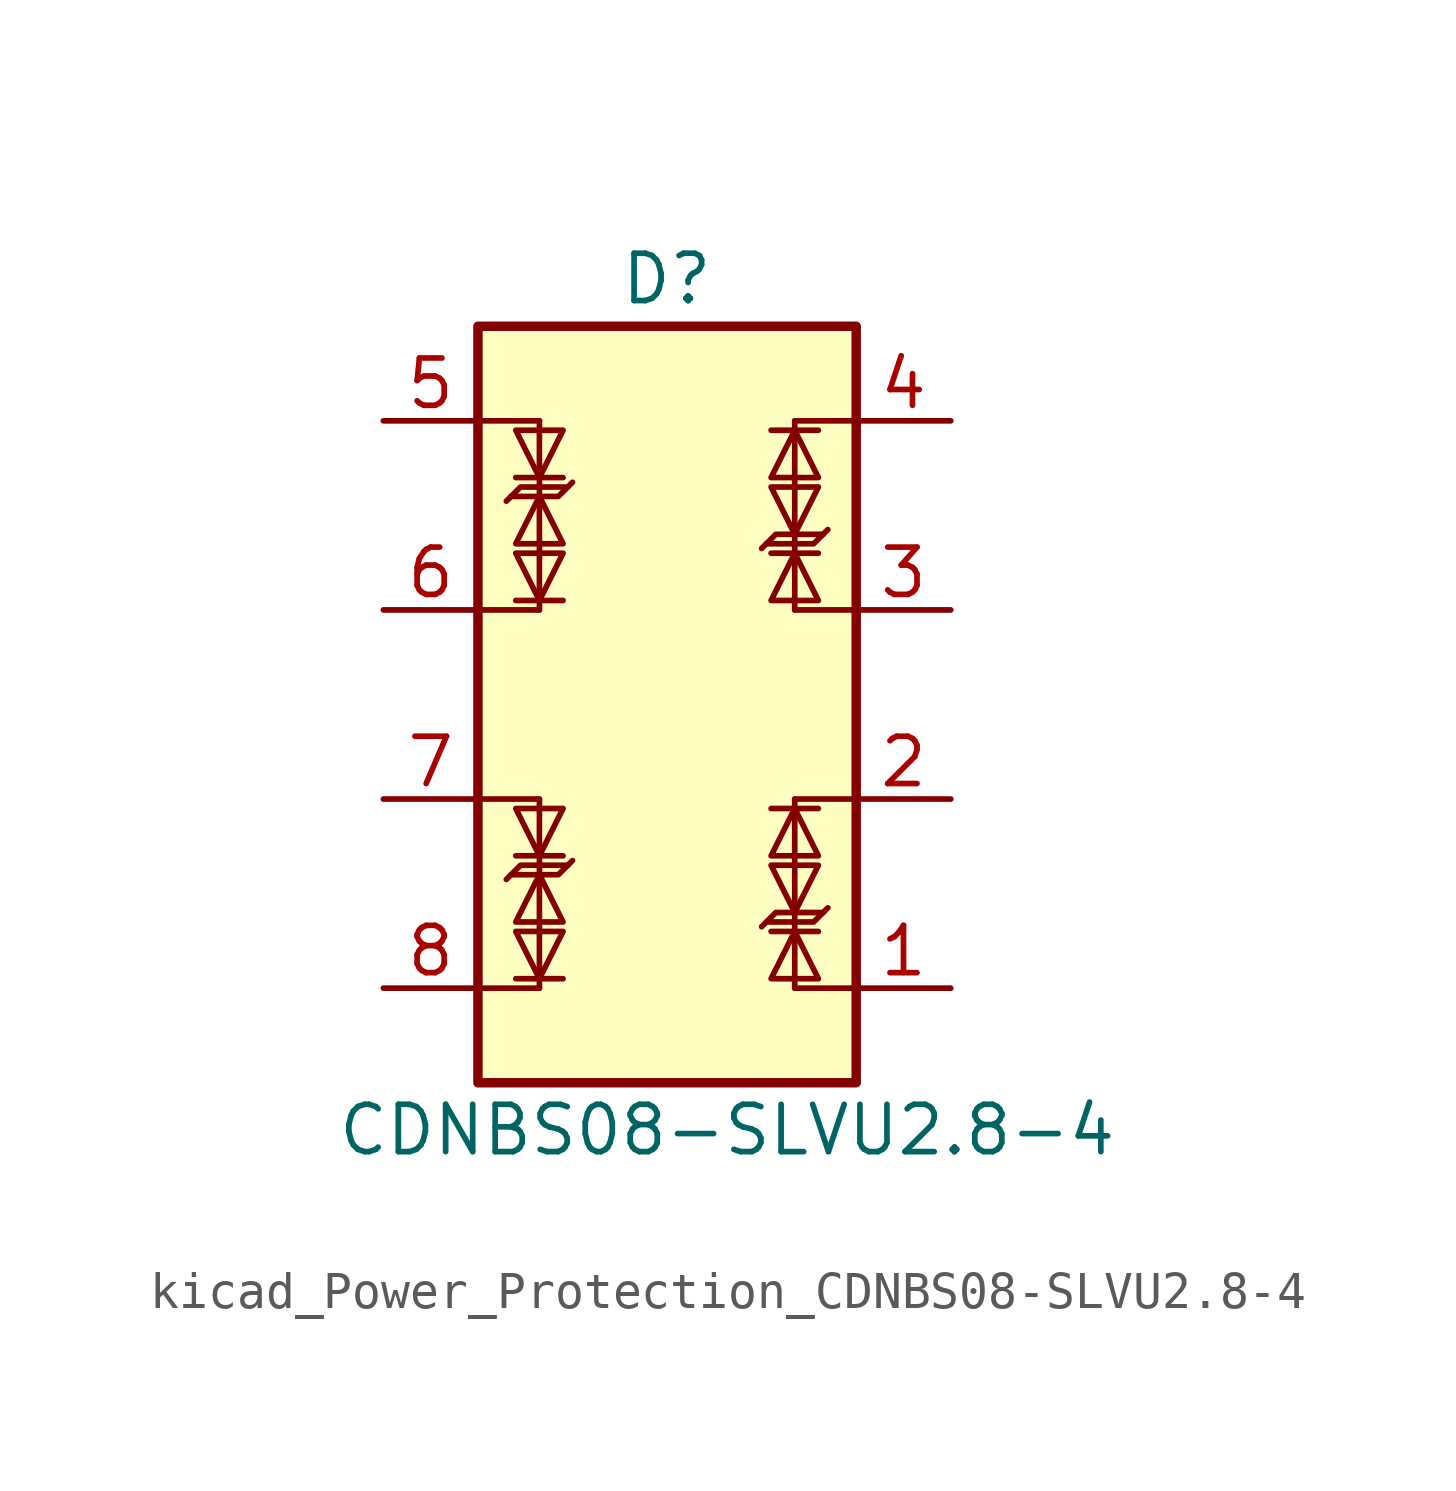
<source format=kicad_sym>
(kicad_symbol_lib
  (version 20220914)
  (generator kicad_symbol_editor)
  (symbol "kicad_Power_Protection_CDNBS08-SLVU2.8-4"
    (pin_names hide)
    (property "Reference" "D"
      (at 1.27 11.43 0)
      (effects (font (size 1.27 1.27)) (justify right)))
    (property "Value" "CDNBS08-SLVU2.8-4"
      (at -8.89 -11.43 0)
      (effects (font (size 1.27 1.27)) (justify left)))
    (symbol "kicad_Power_Protection_CDNBS08-SLVU2.8-4_0_1"
      (rectangle (start -5.08 10.16) (end 5.08 -10.16) (stroke (width 0.254) (type default)) (fill (type background)))
      (polyline (pts (xy -5.08 -7.62) (xy -3.429 -7.62)) (stroke (width 0) (type default)) (fill (type none)))
      (polyline (pts (xy -5.08 -2.54) (xy -3.429 -2.54)) (stroke (width 0) (type default)) (fill (type none)))
      (polyline (pts (xy -5.08 2.54) (xy -3.429 2.54)) (stroke (width 0) (type default)) (fill (type none)))
      (polyline (pts (xy -5.08 7.62) (xy -3.429 7.62)) (stroke (width 0) (type default)) (fill (type none)))
      (polyline (pts (xy -4.318 -4.699) (xy -4.191 -4.572)) (stroke (width 0) (type default)) (fill (type none)))
      (polyline (pts (xy -4.318 5.461) (xy -4.191 5.588)) (stroke (width 0) (type default)) (fill (type none)))
      (polyline (pts (xy -4.064 -7.366) (xy -2.794 -7.366)) (stroke (width 0) (type default)) (fill (type none)))
      (polyline (pts (xy -4.064 -4.064) (xy -2.794 -4.064)) (stroke (width 0) (type default)) (fill (type none)))
      (polyline (pts (xy -4.064 2.794) (xy -2.794 2.794)) (stroke (width 0) (type default)) (fill (type none)))
      (polyline (pts (xy -4.064 6.096) (xy -2.794 6.096)) (stroke (width 0) (type default)) (fill (type none)))
      (polyline (pts (xy -3.429 -7.62) (xy -3.429 -2.54)) (stroke (width 0) (type default)) (fill (type none)))
      (polyline (pts (xy -3.429 2.54) (xy -3.429 7.62)) (stroke (width 0) (type default)) (fill (type none)))
      (polyline (pts (xy 3.429 -2.54) (xy 3.429 -7.62)) (stroke (width 0) (type default)) (fill (type none)))
      (polyline (pts (xy 3.429 7.62) (xy 3.429 2.54)) (stroke (width 0) (type default)) (fill (type none)))
      (polyline (pts (xy 4.064 -6.096) (xy 2.794 -6.096)) (stroke (width 0) (type default)) (fill (type none)))
      (polyline (pts (xy 4.064 -2.794) (xy 2.794 -2.794)) (stroke (width 0) (type default)) (fill (type none)))
      (polyline (pts (xy 4.064 4.064) (xy 2.794 4.064)) (stroke (width 0) (type default)) (fill (type none)))
      (polyline (pts (xy 4.064 7.366) (xy 2.794 7.366)) (stroke (width 0) (type default)) (fill (type none)))
      (polyline (pts (xy 4.318 -5.461) (xy 4.191 -5.588)) (stroke (width 0) (type default)) (fill (type none)))
      (polyline (pts (xy 4.318 4.699) (xy 4.191 4.572)) (stroke (width 0) (type default)) (fill (type none)))
      (polyline (pts (xy 5.08 -7.62) (xy 3.429 -7.62)) (stroke (width 0) (type default)) (fill (type none)))
      (polyline (pts (xy 5.08 -2.54) (xy 3.429 -2.54)) (stroke (width 0) (type default)) (fill (type none)))
      (polyline (pts (xy 5.08 2.54) (xy 3.429 2.54)) (stroke (width 0) (type default)) (fill (type none)))
      (polyline (pts (xy 5.08 7.62) (xy 3.429 7.62)) (stroke (width 0) (type default)) (fill (type none)))
      (polyline (pts (xy -4.191 -4.572) (xy -3.937 -4.318) (xy -2.667 -4.318)) (stroke (width 0) (type default)) (fill (type none)))
      (polyline (pts (xy -4.191 -4.572) (xy -2.921 -4.572) (xy -2.54 -4.191)) (stroke (width 0) (type default)) (fill (type none)))
      (polyline (pts (xy -4.191 5.588) (xy -3.937 5.842) (xy -2.667 5.842)) (stroke (width 0) (type default)) (fill (type none)))
      (polyline (pts (xy -4.191 5.588) (xy -2.921 5.588) (xy -2.54 5.969)) (stroke (width 0) (type default)) (fill (type none)))
      (polyline (pts (xy 4.191 -5.588) (xy 2.921 -5.588) (xy 2.54 -5.969)) (stroke (width 0) (type default)) (fill (type none)))
      (polyline (pts (xy 4.191 -5.588) (xy 3.937 -5.842) (xy 2.667 -5.842)) (stroke (width 0) (type default)) (fill (type none)))
      (polyline (pts (xy 4.191 4.572) (xy 2.921 4.572) (xy 2.54 4.191)) (stroke (width 0) (type default)) (fill (type none)))
      (polyline (pts (xy 4.191 4.572) (xy 3.937 4.318) (xy 2.667 4.318)) (stroke (width 0) (type default)) (fill (type none)))
      (polyline (pts (xy -3.429 -7.366) (xy -4.064 -6.096) (xy -2.794 -6.096) (xy -3.429 -7.366)) (stroke (width 0) (type default)) (fill (type none)))
      (polyline (pts (xy -3.429 -4.572) (xy -2.794 -5.842) (xy -4.064 -5.842) (xy -3.429 -4.572)) (stroke (width 0) (type default)) (fill (type none)))
      (polyline (pts (xy -3.429 -4.064) (xy -4.064 -2.794) (xy -2.794 -2.794) (xy -3.429 -4.064)) (stroke (width 0) (type default)) (fill (type none)))
      (polyline (pts (xy -3.429 2.794) (xy -4.064 4.064) (xy -2.794 4.064) (xy -3.429 2.794)) (stroke (width 0) (type default)) (fill (type none)))
      (polyline (pts (xy -3.429 5.588) (xy -2.794 4.318) (xy -4.064 4.318) (xy -3.429 5.588)) (stroke (width 0) (type default)) (fill (type none)))
      (polyline (pts (xy -3.429 6.096) (xy -4.064 7.366) (xy -2.794 7.366) (xy -3.429 6.096)) (stroke (width 0) (type default)) (fill (type none)))
      (polyline (pts (xy 3.429 -6.096) (xy 4.064 -7.366) (xy 2.794 -7.366) (xy 3.429 -6.096)) (stroke (width 0) (type default)) (fill (type none)))
      (polyline (pts (xy 3.429 -5.588) (xy 2.794 -4.318) (xy 4.064 -4.318) (xy 3.429 -5.588)) (stroke (width 0) (type default)) (fill (type none)))
      (polyline (pts (xy 3.429 -2.794) (xy 4.064 -4.064) (xy 2.794 -4.064) (xy 3.429 -2.794)) (stroke (width 0) (type default)) (fill (type none)))
      (polyline (pts (xy 3.429 4.064) (xy 4.064 2.794) (xy 2.794 2.794) (xy 3.429 4.064)) (stroke (width 0) (type default)) (fill (type none)))
      (polyline (pts (xy 3.429 4.572) (xy 2.794 5.842) (xy 4.064 5.842) (xy 3.429 4.572)) (stroke (width 0) (type default)) (fill (type none)))
      (polyline (pts (xy 3.429 7.366) (xy 4.064 6.096) (xy 2.794 6.096) (xy 3.429 7.366)) (stroke (width 0) (type default)) (fill (type none))))
    (symbol "kicad_Power_Protection_CDNBS08-SLVU2.8-4_1_1"
      (pin passive line (at 7.62 -7.62 180) (length 2.54) (name "TVS1" (effects (font (size 1.27 1.27)))) (number "1" (effects (font (size 1.27 1.27)))))
      (pin passive line (at 7.62 -2.54 180) (length 2.54) (name "TVS2" (effects (font (size 1.27 1.27)))) (number "2" (effects (font (size 1.27 1.27)))))
      (pin passive line (at 7.62 2.54 180) (length 2.54) (name "TVS1" (effects (font (size 1.27 1.27)))) (number "3" (effects (font (size 1.27 1.27)))))
      (pin passive line (at 7.62 7.62 180) (length 2.54) (name "TVS2" (effects (font (size 1.27 1.27)))) (number "4" (effects (font (size 1.27 1.27)))))
      (pin passive line (at -7.62 7.62 0) (length 2.54) (name "TVS1" (effects (font (size 1.27 1.27)))) (number "5" (effects (font (size 1.27 1.27)))))
      (pin passive line (at -7.62 2.54 0) (length 2.54) (name "TVS2" (effects (font (size 1.27 1.27)))) (number "6" (effects (font (size 1.27 1.27)))))
      (pin passive line (at -7.62 -2.54 0) (length 2.54) (name "TVS1" (effects (font (size 1.27 1.27)))) (number "7" (effects (font (size 1.27 1.27)))))
      (pin passive line (at -7.62 -7.62 0) (length 2.54) (name "TVS2" (effects (font (size 1.27 1.27)))) (number "8" (effects (font (size 1.27 1.27))))))))
</source>
